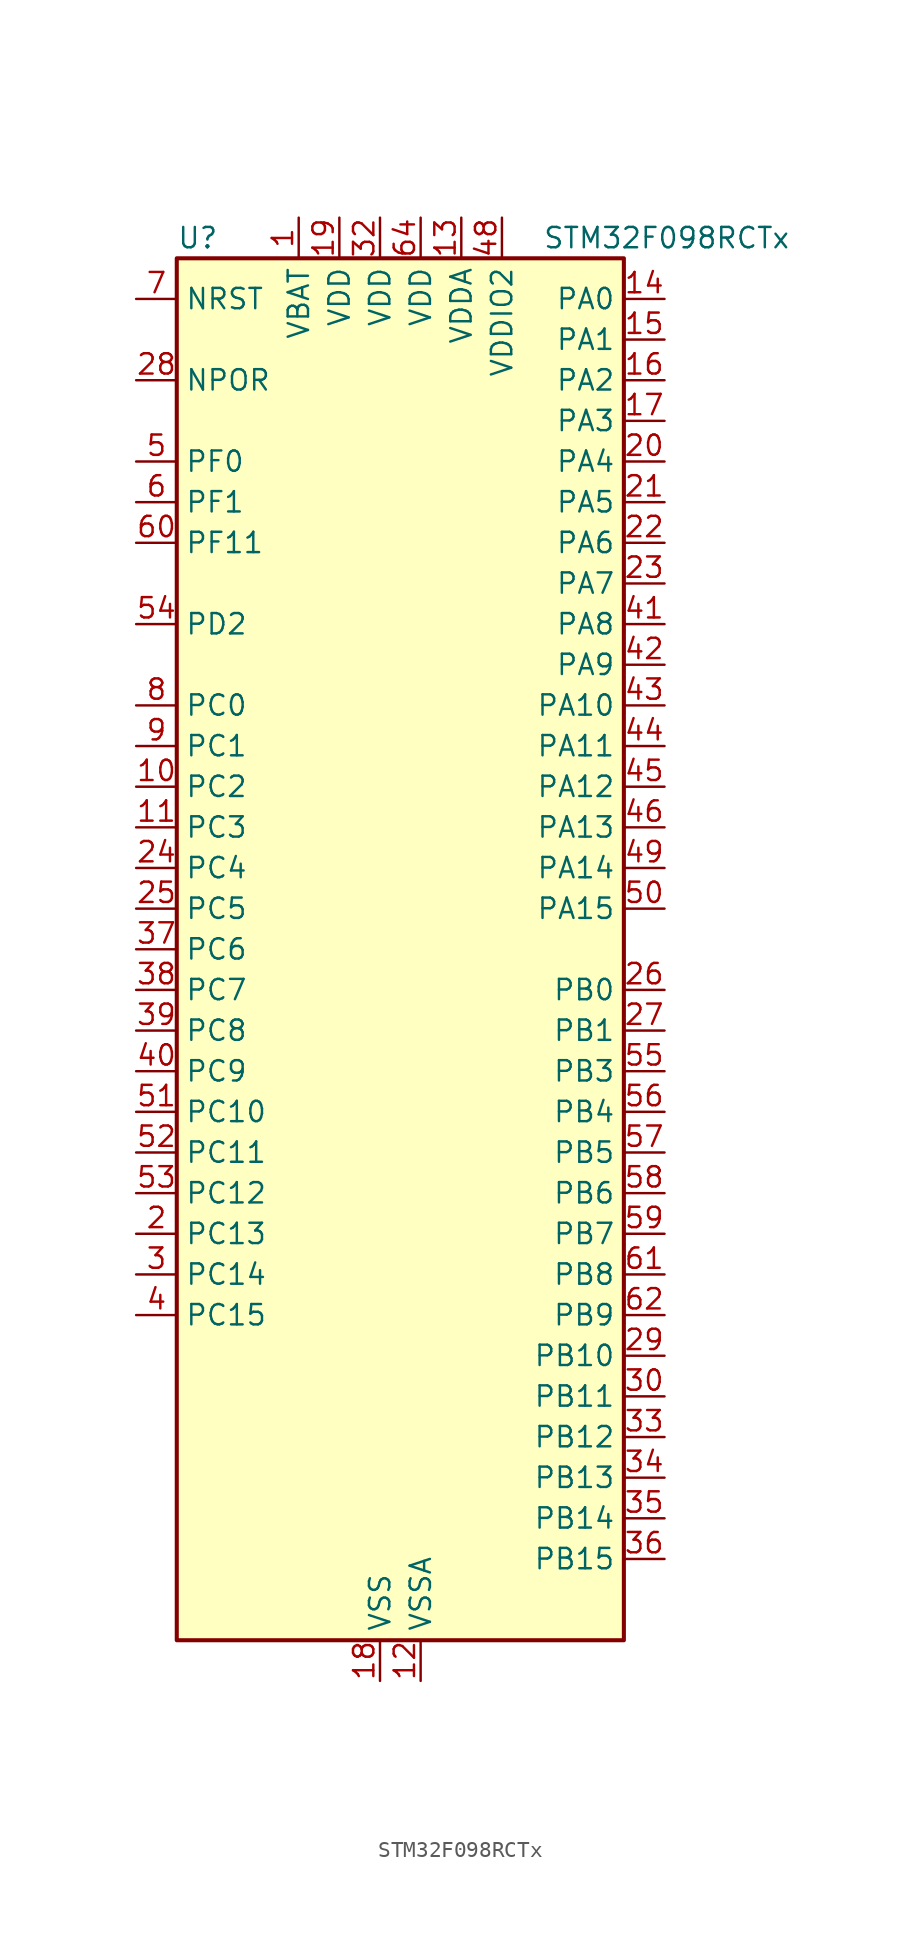
<source format=kicad_sym>
(kicad_symbol_lib
  (version 20231120)
  (generator "kicad_symbol_editor")
  (generator_version "8.0")
  (symbol "STM32F098RCTx"
    (property "Reference" "U"
      (at -12.7 44.45 0)
      (effects (font (size 1.27 1.27)) (justify left)))
    (property "Value" "STM32F098RCTx"
      (at 10.16 44.45 0)
      (effects (font (size 1.27 1.27)) (justify left)))
    (property "ki_locked" ""
      (at 0 0 0)
      (effects (font (size 1.27 1.27))))
    (symbol "STM32F098RCTx_0_1"
      (rectangle (start -12.7 -43.18) (end 15.24 43.18) (stroke (width 0.254) (type default)) (fill (type background))))
    (symbol "STM32F098RCTx_1_1"
      (pin power_in line (at -5.08 45.72 270) (length 2.54) (name "VBAT" (effects (font (size 1.27 1.27)))) (number "1" (effects (font (size 1.27 1.27)))))
      (pin bidirectional line (at -15.24 10.16 0) (length 2.54) (name "PC2" (effects (font (size 1.27 1.27)))) (number "10" (effects (font (size 1.27 1.27)))) (alternate "ADC_IN12" bidirectional line) (alternate "I2S2_MCK" bidirectional line) (alternate "SPI2_MISO" bidirectional line) (alternate "USART8_TX" bidirectional line))
      (pin bidirectional line (at -15.24 7.62 0) (length 2.54) (name "PC3" (effects (font (size 1.27 1.27)))) (number "11" (effects (font (size 1.27 1.27)))) (alternate "ADC_IN13" bidirectional line) (alternate "I2S2_SD" bidirectional line) (alternate "SPI2_MOSI" bidirectional line) (alternate "USART8_RX" bidirectional line))
      (pin power_in line (at 2.54 -45.72 90) (length 2.54) (name "VSSA" (effects (font (size 1.27 1.27)))) (number "12" (effects (font (size 1.27 1.27)))))
      (pin power_in line (at 5.08 45.72 270) (length 2.54) (name "VDDA" (effects (font (size 1.27 1.27)))) (number "13" (effects (font (size 1.27 1.27)))))
      (pin bidirectional line (at 17.78 40.64 180) (length 2.54) (name "PA0" (effects (font (size 1.27 1.27)))) (number "14" (effects (font (size 1.27 1.27)))) (alternate "ADC_IN0" bidirectional line) (alternate "COMP1_INM" bidirectional line) (alternate "COMP1_OUT" bidirectional line) (alternate "RTC_TAMP2" bidirectional line) (alternate "SYS_WKUP1" bidirectional line) (alternate "TIM2_CH1" bidirectional line) (alternate "TIM2_ETR" bidirectional line) (alternate "TSC_G1_IO1" bidirectional line) (alternate "USART2_CTS" bidirectional line) (alternate "USART4_TX" bidirectional line))
      (pin bidirectional line (at 17.78 38.1 180) (length 2.54) (name "PA1" (effects (font (size 1.27 1.27)))) (number "15" (effects (font (size 1.27 1.27)))) (alternate "ADC_IN1" bidirectional line) (alternate "COMP1_INP" bidirectional line) (alternate "TIM15_CH1N" bidirectional line) (alternate "TIM2_CH2" bidirectional line) (alternate "TSC_G1_IO2" bidirectional line) (alternate "USART2_DE" bidirectional line) (alternate "USART2_RTS" bidirectional line) (alternate "USART4_RX" bidirectional line))
      (pin bidirectional line (at 17.78 35.56 180) (length 2.54) (name "PA2" (effects (font (size 1.27 1.27)))) (number "16" (effects (font (size 1.27 1.27)))) (alternate "ADC_IN2" bidirectional line) (alternate "COMP2_INM" bidirectional line) (alternate "COMP2_OUT" bidirectional line) (alternate "SYS_WKUP4" bidirectional line) (alternate "TIM15_CH1" bidirectional line) (alternate "TIM2_CH3" bidirectional line) (alternate "TSC_G1_IO3" bidirectional line) (alternate "USART2_TX" bidirectional line))
      (pin bidirectional line (at 17.78 33.02 180) (length 2.54) (name "PA3" (effects (font (size 1.27 1.27)))) (number "17" (effects (font (size 1.27 1.27)))) (alternate "ADC_IN3" bidirectional line) (alternate "COMP2_INP" bidirectional line) (alternate "TIM15_CH2" bidirectional line) (alternate "TIM2_CH4" bidirectional line) (alternate "TSC_G1_IO4" bidirectional line) (alternate "USART2_RX" bidirectional line))
      (pin power_in line (at 0 -45.72 90) (length 2.54) (name "VSS" (effects (font (size 1.27 1.27)))) (number "18" (effects (font (size 1.27 1.27)))))
      (pin power_in line (at -2.54 45.72 270) (length 2.54) (name "VDD" (effects (font (size 1.27 1.27)))) (number "19" (effects (font (size 1.27 1.27)))))
      (pin bidirectional line (at -15.24 -17.78 0) (length 2.54) (name "PC13" (effects (font (size 1.27 1.27)))) (number "2" (effects (font (size 1.27 1.27)))) (alternate "RTC_OUT_ALARM" bidirectional line) (alternate "RTC_OUT_CALIB" bidirectional line) (alternate "RTC_TAMP1" bidirectional line) (alternate "RTC_TS" bidirectional line) (alternate "SYS_WKUP2" bidirectional line))
      (pin bidirectional line (at 17.78 30.48 180) (length 2.54) (name "PA4" (effects (font (size 1.27 1.27)))) (number "20" (effects (font (size 1.27 1.27)))) (alternate "ADC_IN4" bidirectional line) (alternate "COMP1_INM" bidirectional line) (alternate "COMP2_INM" bidirectional line) (alternate "DAC_OUT1" bidirectional line) (alternate "I2S1_WS" bidirectional line) (alternate "SPI1_NSS" bidirectional line) (alternate "TIM14_CH1" bidirectional line) (alternate "TSC_G2_IO1" bidirectional line) (alternate "USART2_CK" bidirectional line) (alternate "USART6_TX" bidirectional line))
      (pin bidirectional line (at 17.78 27.94 180) (length 2.54) (name "PA5" (effects (font (size 1.27 1.27)))) (number "21" (effects (font (size 1.27 1.27)))) (alternate "ADC_IN5" bidirectional line) (alternate "CEC" bidirectional line) (alternate "COMP1_INM" bidirectional line) (alternate "COMP2_INM" bidirectional line) (alternate "DAC_OUT2" bidirectional line) (alternate "I2S1_CK" bidirectional line) (alternate "SPI1_SCK" bidirectional line) (alternate "TIM2_CH1" bidirectional line) (alternate "TIM2_ETR" bidirectional line) (alternate "TSC_G2_IO2" bidirectional line) (alternate "USART6_RX" bidirectional line))
      (pin bidirectional line (at 17.78 25.4 180) (length 2.54) (name "PA6" (effects (font (size 1.27 1.27)))) (number "22" (effects (font (size 1.27 1.27)))) (alternate "ADC_IN6" bidirectional line) (alternate "COMP1_OUT" bidirectional line) (alternate "I2S1_MCK" bidirectional line) (alternate "SPI1_MISO" bidirectional line) (alternate "TIM16_CH1" bidirectional line) (alternate "TIM1_BKIN" bidirectional line) (alternate "TIM3_CH1" bidirectional line) (alternate "TSC_G2_IO3" bidirectional line) (alternate "USART3_CTS" bidirectional line))
      (pin bidirectional line (at 17.78 22.86 180) (length 2.54) (name "PA7" (effects (font (size 1.27 1.27)))) (number "23" (effects (font (size 1.27 1.27)))) (alternate "ADC_IN7" bidirectional line) (alternate "COMP2_OUT" bidirectional line) (alternate "I2S1_SD" bidirectional line) (alternate "SPI1_MOSI" bidirectional line) (alternate "TIM14_CH1" bidirectional line) (alternate "TIM17_CH1" bidirectional line) (alternate "TIM1_CH1N" bidirectional line) (alternate "TIM3_CH2" bidirectional line) (alternate "TSC_G2_IO4" bidirectional line))
      (pin bidirectional line (at -15.24 5.08 0) (length 2.54) (name "PC4" (effects (font (size 1.27 1.27)))) (number "24" (effects (font (size 1.27 1.27)))) (alternate "ADC_IN14" bidirectional line) (alternate "USART3_TX" bidirectional line))
      (pin bidirectional line (at -15.24 2.54 0) (length 2.54) (name "PC5" (effects (font (size 1.27 1.27)))) (number "25" (effects (font (size 1.27 1.27)))) (alternate "ADC_IN15" bidirectional line) (alternate "SYS_WKUP5" bidirectional line) (alternate "TSC_G3_IO1" bidirectional line) (alternate "USART3_RX" bidirectional line))
      (pin bidirectional line (at 17.78 -2.54 180) (length 2.54) (name "PB0" (effects (font (size 1.27 1.27)))) (number "26" (effects (font (size 1.27 1.27)))) (alternate "ADC_IN8" bidirectional line) (alternate "TIM1_CH2N" bidirectional line) (alternate "TIM3_CH3" bidirectional line) (alternate "TSC_G3_IO2" bidirectional line) (alternate "USART3_CK" bidirectional line))
      (pin bidirectional line (at 17.78 -5.08 180) (length 2.54) (name "PB1" (effects (font (size 1.27 1.27)))) (number "27" (effects (font (size 1.27 1.27)))) (alternate "ADC_IN9" bidirectional line) (alternate "TIM14_CH1" bidirectional line) (alternate "TIM1_CH3N" bidirectional line) (alternate "TIM3_CH4" bidirectional line) (alternate "TSC_G3_IO3" bidirectional line) (alternate "USART3_DE" bidirectional line) (alternate "USART3_RTS" bidirectional line))
      (pin input line (at -15.24 35.56 0) (length 2.54) (name "NPOR" (effects (font (size 1.27 1.27)))) (number "28" (effects (font (size 1.27 1.27)))))
      (pin bidirectional line (at 17.78 -25.4 180) (length 2.54) (name "PB10" (effects (font (size 1.27 1.27)))) (number "29" (effects (font (size 1.27 1.27)))) (alternate "CEC" bidirectional line) (alternate "I2C2_SCL" bidirectional line) (alternate "I2S2_CK" bidirectional line) (alternate "SPI2_SCK" bidirectional line) (alternate "TIM2_CH3" bidirectional line) (alternate "TSC_SYNC" bidirectional line) (alternate "USART3_TX" bidirectional line))
      (pin bidirectional line (at -15.24 -20.32 0) (length 2.54) (name "PC14" (effects (font (size 1.27 1.27)))) (number "3" (effects (font (size 1.27 1.27)))) (alternate "RCC_OSC32_IN" bidirectional line))
      (pin bidirectional line (at 17.78 -27.94 180) (length 2.54) (name "PB11" (effects (font (size 1.27 1.27)))) (number "30" (effects (font (size 1.27 1.27)))) (alternate "I2C2_SDA" bidirectional line) (alternate "TIM2_CH4" bidirectional line) (alternate "TSC_G6_IO1" bidirectional line) (alternate "USART3_RX" bidirectional line))
      (pin passive line (at 0 -45.72 90) (length 2.54) hide (name "VSS" (effects (font (size 1.27 1.27)))) (number "31" (effects (font (size 1.27 1.27)))))
      (pin power_in line (at 0 45.72 270) (length 2.54) (name "VDD" (effects (font (size 1.27 1.27)))) (number "32" (effects (font (size 1.27 1.27)))))
      (pin bidirectional line (at 17.78 -30.48 180) (length 2.54) (name "PB12" (effects (font (size 1.27 1.27)))) (number "33" (effects (font (size 1.27 1.27)))) (alternate "I2S2_WS" bidirectional line) (alternate "SPI2_NSS" bidirectional line) (alternate "TIM15_BKIN" bidirectional line) (alternate "TIM1_BKIN" bidirectional line) (alternate "TSC_G6_IO2" bidirectional line) (alternate "USART3_CK" bidirectional line))
      (pin bidirectional line (at 17.78 -33.02 180) (length 2.54) (name "PB13" (effects (font (size 1.27 1.27)))) (number "34" (effects (font (size 1.27 1.27)))) (alternate "I2C2_SCL" bidirectional line) (alternate "I2S2_CK" bidirectional line) (alternate "SPI2_SCK" bidirectional line) (alternate "TIM1_CH1N" bidirectional line) (alternate "TSC_G6_IO3" bidirectional line) (alternate "USART3_CTS" bidirectional line))
      (pin bidirectional line (at 17.78 -35.56 180) (length 2.54) (name "PB14" (effects (font (size 1.27 1.27)))) (number "35" (effects (font (size 1.27 1.27)))) (alternate "I2C2_SDA" bidirectional line) (alternate "I2S2_MCK" bidirectional line) (alternate "SPI2_MISO" bidirectional line) (alternate "TIM15_CH1" bidirectional line) (alternate "TIM1_CH2N" bidirectional line) (alternate "TSC_G6_IO4" bidirectional line) (alternate "USART3_DE" bidirectional line) (alternate "USART3_RTS" bidirectional line))
      (pin bidirectional line (at 17.78 -38.1 180) (length 2.54) (name "PB15" (effects (font (size 1.27 1.27)))) (number "36" (effects (font (size 1.27 1.27)))) (alternate "I2S2_SD" bidirectional line) (alternate "RTC_REFIN" bidirectional line) (alternate "SPI2_MOSI" bidirectional line) (alternate "SYS_WKUP7" bidirectional line) (alternate "TIM15_CH1N" bidirectional line) (alternate "TIM15_CH2" bidirectional line) (alternate "TIM1_CH3N" bidirectional line))
      (pin bidirectional line (at -15.24 0 0) (length 2.54) (name "PC6" (effects (font (size 1.27 1.27)))) (number "37" (effects (font (size 1.27 1.27)))) (alternate "TIM3_CH1" bidirectional line) (alternate "USART7_TX" bidirectional line))
      (pin bidirectional line (at -15.24 -2.54 0) (length 2.54) (name "PC7" (effects (font (size 1.27 1.27)))) (number "38" (effects (font (size 1.27 1.27)))) (alternate "TIM3_CH2" bidirectional line) (alternate "USART7_RX" bidirectional line))
      (pin bidirectional line (at -15.24 -5.08 0) (length 2.54) (name "PC8" (effects (font (size 1.27 1.27)))) (number "39" (effects (font (size 1.27 1.27)))) (alternate "TIM3_CH3" bidirectional line) (alternate "USART8_TX" bidirectional line))
      (pin bidirectional line (at -15.24 -22.86 0) (length 2.54) (name "PC15" (effects (font (size 1.27 1.27)))) (number "4" (effects (font (size 1.27 1.27)))) (alternate "RCC_OSC32_OUT" bidirectional line))
      (pin bidirectional line (at -15.24 -7.62 0) (length 2.54) (name "PC9" (effects (font (size 1.27 1.27)))) (number "40" (effects (font (size 1.27 1.27)))) (alternate "DAC_EXTI9" bidirectional line) (alternate "TIM3_CH4" bidirectional line) (alternate "USART8_RX" bidirectional line))
      (pin bidirectional line (at 17.78 20.32 180) (length 2.54) (name "PA8" (effects (font (size 1.27 1.27)))) (number "41" (effects (font (size 1.27 1.27)))) (alternate "CRS_SYNC" bidirectional line) (alternate "RCC_MCO" bidirectional line) (alternate "TIM1_CH1" bidirectional line) (alternate "USART1_CK" bidirectional line))
      (pin bidirectional line (at 17.78 17.78 180) (length 2.54) (name "PA9" (effects (font (size 1.27 1.27)))) (number "42" (effects (font (size 1.27 1.27)))) (alternate "DAC_EXTI9" bidirectional line) (alternate "I2C1_SCL" bidirectional line) (alternate "RCC_MCO" bidirectional line) (alternate "TIM15_BKIN" bidirectional line) (alternate "TIM1_CH2" bidirectional line) (alternate "TSC_G4_IO1" bidirectional line) (alternate "USART1_TX" bidirectional line))
      (pin bidirectional line (at 17.78 15.24 180) (length 2.54) (name "PA10" (effects (font (size 1.27 1.27)))) (number "43" (effects (font (size 1.27 1.27)))) (alternate "I2C1_SDA" bidirectional line) (alternate "TIM17_BKIN" bidirectional line) (alternate "TIM1_CH3" bidirectional line) (alternate "TSC_G4_IO2" bidirectional line) (alternate "USART1_RX" bidirectional line))
      (pin bidirectional line (at 17.78 12.7 180) (length 2.54) (name "PA11" (effects (font (size 1.27 1.27)))) (number "44" (effects (font (size 1.27 1.27)))) (alternate "CAN_RX" bidirectional line) (alternate "COMP1_OUT" bidirectional line) (alternate "I2C2_SCL" bidirectional line) (alternate "TIM1_CH4" bidirectional line) (alternate "TSC_G4_IO3" bidirectional line) (alternate "USART1_CTS" bidirectional line))
      (pin bidirectional line (at 17.78 10.16 180) (length 2.54) (name "PA12" (effects (font (size 1.27 1.27)))) (number "45" (effects (font (size 1.27 1.27)))) (alternate "CAN_TX" bidirectional line) (alternate "COMP2_OUT" bidirectional line) (alternate "I2C2_SDA" bidirectional line) (alternate "TIM1_ETR" bidirectional line) (alternate "TSC_G4_IO4" bidirectional line) (alternate "USART1_DE" bidirectional line) (alternate "USART1_RTS" bidirectional line))
      (pin bidirectional line (at 17.78 7.62 180) (length 2.54) (name "PA13" (effects (font (size 1.27 1.27)))) (number "46" (effects (font (size 1.27 1.27)))) (alternate "IR_OUT" bidirectional line) (alternate "SYS_SWDIO" bidirectional line))
      (pin passive line (at 0 -45.72 90) (length 2.54) hide (name "VSS" (effects (font (size 1.27 1.27)))) (number "47" (effects (font (size 1.27 1.27)))))
      (pin power_in line (at 7.62 45.72 270) (length 2.54) (name "VDDIO2" (effects (font (size 1.27 1.27)))) (number "48" (effects (font (size 1.27 1.27)))))
      (pin bidirectional line (at 17.78 5.08 180) (length 2.54) (name "PA14" (effects (font (size 1.27 1.27)))) (number "49" (effects (font (size 1.27 1.27)))) (alternate "SYS_SWCLK" bidirectional line) (alternate "USART2_TX" bidirectional line))
      (pin bidirectional line (at -15.24 30.48 0) (length 2.54) (name "PF0" (effects (font (size 1.27 1.27)))) (number "5" (effects (font (size 1.27 1.27)))) (alternate "CRS_SYNC" bidirectional line) (alternate "I2C1_SDA" bidirectional line) (alternate "RCC_OSC_IN" bidirectional line))
      (pin bidirectional line (at 17.78 2.54 180) (length 2.54) (name "PA15" (effects (font (size 1.27 1.27)))) (number "50" (effects (font (size 1.27 1.27)))) (alternate "I2S1_WS" bidirectional line) (alternate "SPI1_NSS" bidirectional line) (alternate "TIM2_CH1" bidirectional line) (alternate "TIM2_ETR" bidirectional line) (alternate "USART2_RX" bidirectional line) (alternate "USART4_DE" bidirectional line) (alternate "USART4_RTS" bidirectional line))
      (pin bidirectional line (at -15.24 -10.16 0) (length 2.54) (name "PC10" (effects (font (size 1.27 1.27)))) (number "51" (effects (font (size 1.27 1.27)))) (alternate "USART3_TX" bidirectional line) (alternate "USART4_TX" bidirectional line))
      (pin bidirectional line (at -15.24 -12.7 0) (length 2.54) (name "PC11" (effects (font (size 1.27 1.27)))) (number "52" (effects (font (size 1.27 1.27)))) (alternate "USART3_RX" bidirectional line) (alternate "USART4_RX" bidirectional line))
      (pin bidirectional line (at -15.24 -15.24 0) (length 2.54) (name "PC12" (effects (font (size 1.27 1.27)))) (number "53" (effects (font (size 1.27 1.27)))) (alternate "USART3_CK" bidirectional line) (alternate "USART4_CK" bidirectional line) (alternate "USART5_TX" bidirectional line))
      (pin bidirectional line (at -15.24 20.32 0) (length 2.54) (name "PD2" (effects (font (size 1.27 1.27)))) (number "54" (effects (font (size 1.27 1.27)))) (alternate "TIM3_ETR" bidirectional line) (alternate "USART3_DE" bidirectional line) (alternate "USART3_RTS" bidirectional line) (alternate "USART5_RX" bidirectional line))
      (pin bidirectional line (at 17.78 -7.62 180) (length 2.54) (name "PB3" (effects (font (size 1.27 1.27)))) (number "55" (effects (font (size 1.27 1.27)))) (alternate "I2S1_CK" bidirectional line) (alternate "SPI1_SCK" bidirectional line) (alternate "TIM2_CH2" bidirectional line) (alternate "TSC_G5_IO1" bidirectional line) (alternate "USART5_TX" bidirectional line))
      (pin bidirectional line (at 17.78 -10.16 180) (length 2.54) (name "PB4" (effects (font (size 1.27 1.27)))) (number "56" (effects (font (size 1.27 1.27)))) (alternate "I2S1_MCK" bidirectional line) (alternate "SPI1_MISO" bidirectional line) (alternate "TIM17_BKIN" bidirectional line) (alternate "TIM3_CH1" bidirectional line) (alternate "TSC_G5_IO2" bidirectional line) (alternate "USART5_RX" bidirectional line))
      (pin bidirectional line (at 17.78 -12.7 180) (length 2.54) (name "PB5" (effects (font (size 1.27 1.27)))) (number "57" (effects (font (size 1.27 1.27)))) (alternate "I2C1_SMBA" bidirectional line) (alternate "I2S1_SD" bidirectional line) (alternate "SPI1_MOSI" bidirectional line) (alternate "SYS_WKUP6" bidirectional line) (alternate "TIM16_BKIN" bidirectional line) (alternate "TIM3_CH2" bidirectional line) (alternate "USART5_CK" bidirectional line) (alternate "USART5_DE" bidirectional line) (alternate "USART5_RTS" bidirectional line))
      (pin bidirectional line (at 17.78 -15.24 180) (length 2.54) (name "PB6" (effects (font (size 1.27 1.27)))) (number "58" (effects (font (size 1.27 1.27)))) (alternate "I2C1_SCL" bidirectional line) (alternate "TIM16_CH1N" bidirectional line) (alternate "TSC_G5_IO3" bidirectional line) (alternate "USART1_TX" bidirectional line))
      (pin bidirectional line (at 17.78 -17.78 180) (length 2.54) (name "PB7" (effects (font (size 1.27 1.27)))) (number "59" (effects (font (size 1.27 1.27)))) (alternate "I2C1_SDA" bidirectional line) (alternate "TIM17_CH1N" bidirectional line) (alternate "TSC_G5_IO4" bidirectional line) (alternate "USART1_RX" bidirectional line) (alternate "USART4_CTS" bidirectional line))
      (pin bidirectional line (at -15.24 27.94 0) (length 2.54) (name "PF1" (effects (font (size 1.27 1.27)))) (number "6" (effects (font (size 1.27 1.27)))) (alternate "I2C1_SCL" bidirectional line) (alternate "RCC_OSC_OUT" bidirectional line))
      (pin bidirectional line (at -15.24 25.4 0) (length 2.54) (name "PF11" (effects (font (size 1.27 1.27)))) (number "60" (effects (font (size 1.27 1.27)))))
      (pin bidirectional line (at 17.78 -20.32 180) (length 2.54) (name "PB8" (effects (font (size 1.27 1.27)))) (number "61" (effects (font (size 1.27 1.27)))) (alternate "CAN_RX" bidirectional line) (alternate "CEC" bidirectional line) (alternate "I2C1_SCL" bidirectional line) (alternate "TIM16_CH1" bidirectional line) (alternate "TSC_SYNC" bidirectional line))
      (pin bidirectional line (at 17.78 -22.86 180) (length 2.54) (name "PB9" (effects (font (size 1.27 1.27)))) (number "62" (effects (font (size 1.27 1.27)))) (alternate "CAN_TX" bidirectional line) (alternate "DAC_EXTI9" bidirectional line) (alternate "I2C1_SDA" bidirectional line) (alternate "I2S2_WS" bidirectional line) (alternate "IR_OUT" bidirectional line) (alternate "SPI2_NSS" bidirectional line) (alternate "TIM17_CH1" bidirectional line))
      (pin passive line (at 0 -45.72 90) (length 2.54) hide (name "VSS" (effects (font (size 1.27 1.27)))) (number "63" (effects (font (size 1.27 1.27)))))
      (pin power_in line (at 2.54 45.72 270) (length 2.54) (name "VDD" (effects (font (size 1.27 1.27)))) (number "64" (effects (font (size 1.27 1.27)))))
      (pin input line (at -15.24 40.64 0) (length 2.54) (name "NRST" (effects (font (size 1.27 1.27)))) (number "7" (effects (font (size 1.27 1.27)))))
      (pin bidirectional line (at -15.24 15.24 0) (length 2.54) (name "PC0" (effects (font (size 1.27 1.27)))) (number "8" (effects (font (size 1.27 1.27)))) (alternate "ADC_IN10" bidirectional line) (alternate "USART6_TX" bidirectional line) (alternate "USART7_TX" bidirectional line))
      (pin bidirectional line (at -15.24 12.7 0) (length 2.54) (name "PC1" (effects (font (size 1.27 1.27)))) (number "9" (effects (font (size 1.27 1.27)))) (alternate "ADC_IN11" bidirectional line) (alternate "USART6_RX" bidirectional line) (alternate "USART7_RX" bidirectional line)))))
</source>
